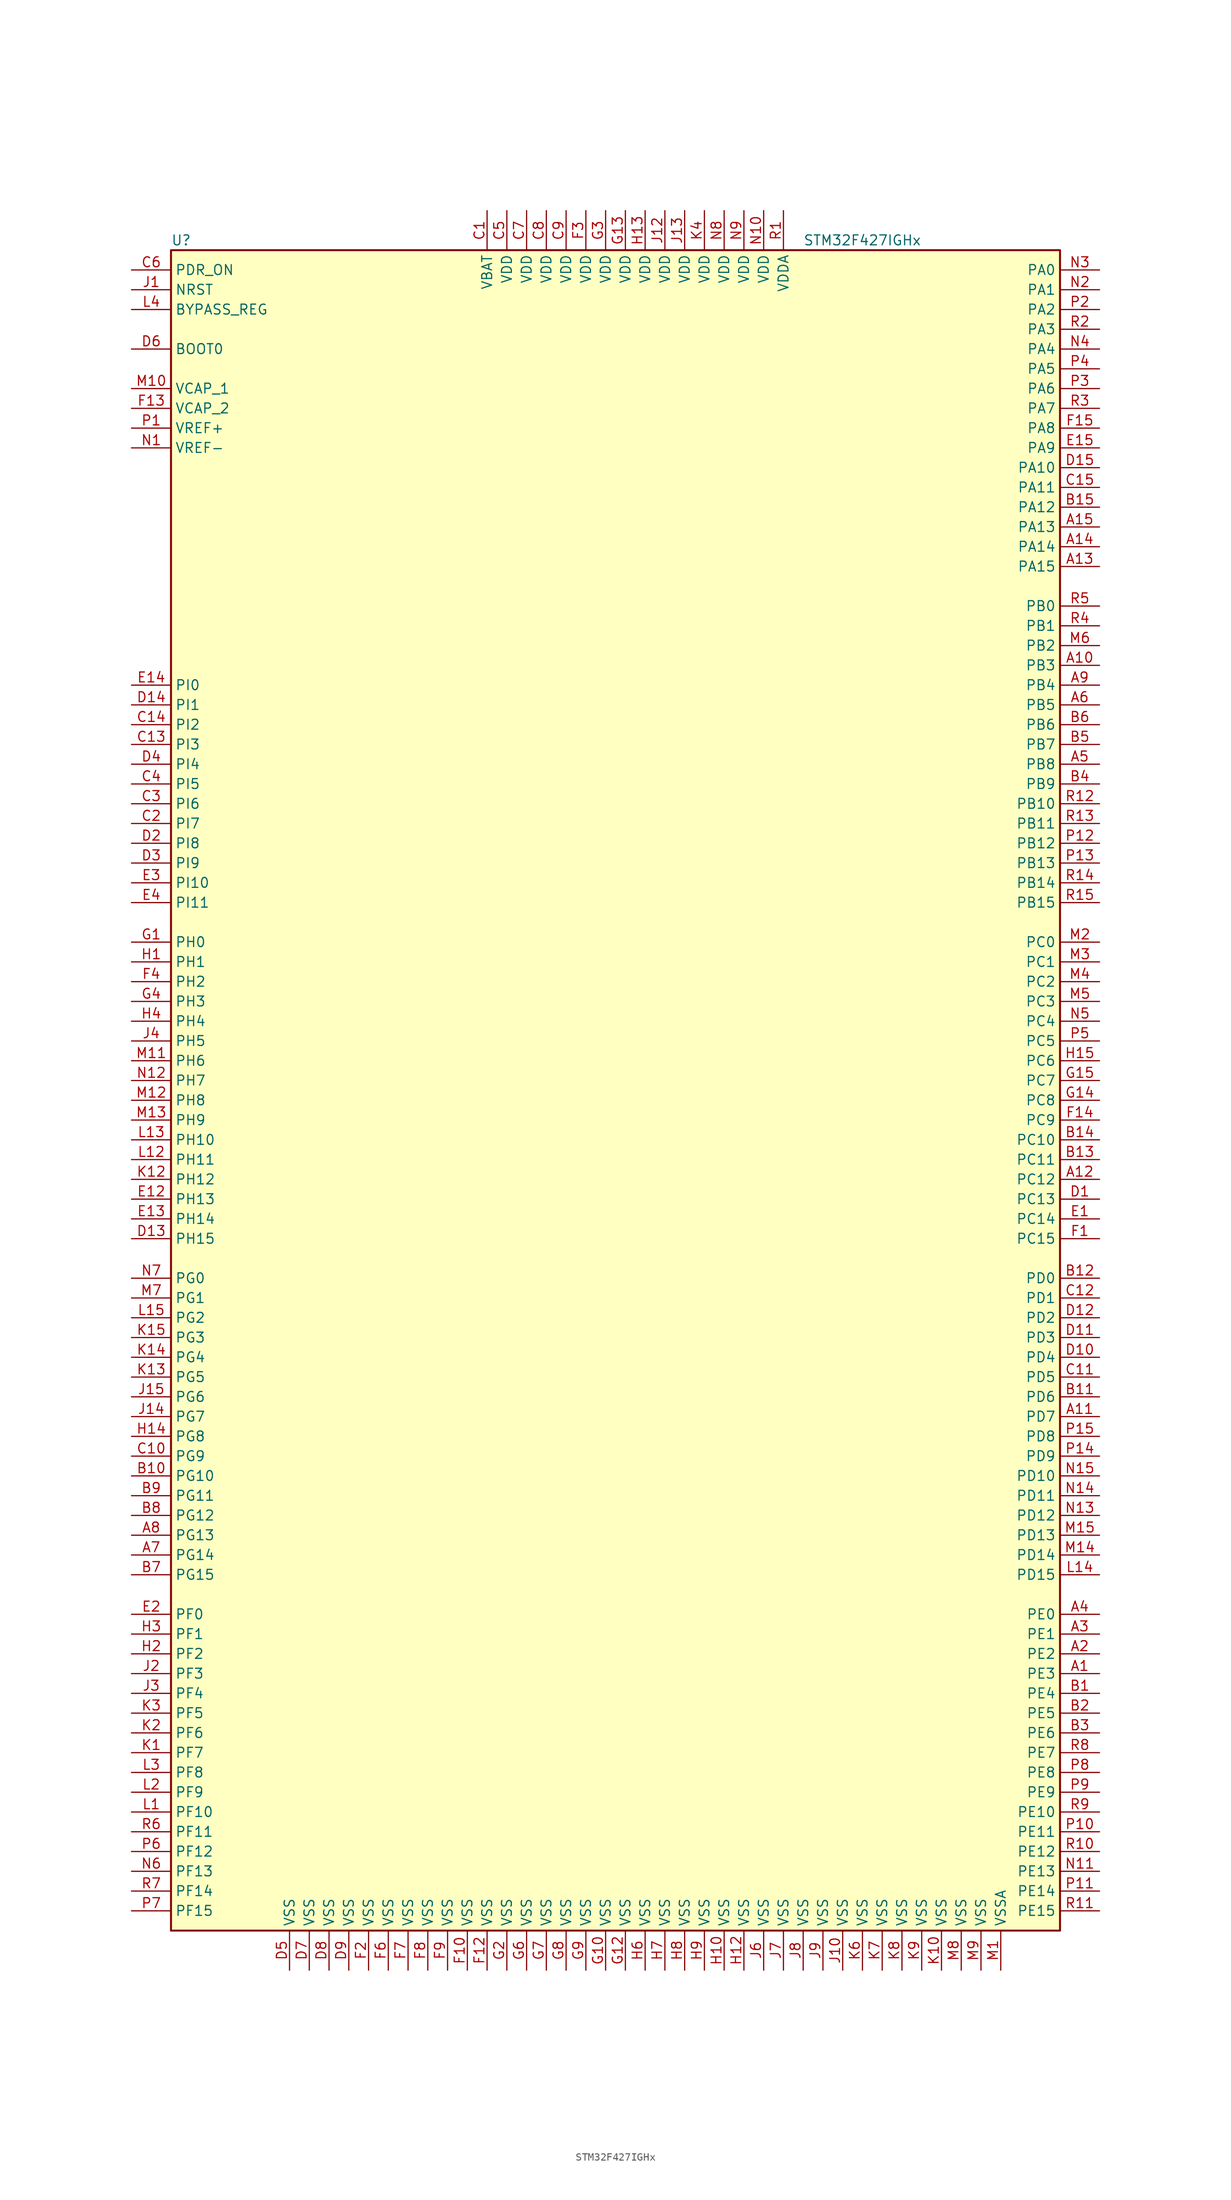
<source format=kicad_sym>
(kicad_symbol_lib
  (version 20220914)
  (generator kicad_symbol_editor)
  (symbol "STM32F427IGHx"
    (property "Reference" "U"
      (at -58.42 107.95 0)
      (effects (font (size 1.27 1.27)) (justify left)))
    (property "Value" "STM32F427IGHx"
      (at 22.86 107.95 0)
      (effects (font (size 1.27 1.27)) (justify left)))
    (symbol "STM32F427IGHx_0_1"
      (rectangle (start -58.42 -109.22) (end 55.88 106.68) (stroke (width 0.254) (type default)) (fill (type background))))
    (symbol "STM32F427IGHx_1_1"
      (pin bidirectional line (at 60.96 -76.2 180) (length 5.08) (name "PE3" (effects (font (size 1.27 1.27)))) (number "A1" (effects (font (size 1.27 1.27)))))
      (pin bidirectional line (at 60.96 53.34 180) (length 5.08) (name "PB3" (effects (font (size 1.27 1.27)))) (number "A10" (effects (font (size 1.27 1.27)))))
      (pin bidirectional line (at 60.96 -43.18 180) (length 5.08) (name "PD7" (effects (font (size 1.27 1.27)))) (number "A11" (effects (font (size 1.27 1.27)))))
      (pin bidirectional line (at 60.96 -12.7 180) (length 5.08) (name "PC12" (effects (font (size 1.27 1.27)))) (number "A12" (effects (font (size 1.27 1.27)))))
      (pin bidirectional line (at 60.96 66.04 180) (length 5.08) (name "PA15" (effects (font (size 1.27 1.27)))) (number "A13" (effects (font (size 1.27 1.27)))))
      (pin bidirectional line (at 60.96 68.58 180) (length 5.08) (name "PA14" (effects (font (size 1.27 1.27)))) (number "A14" (effects (font (size 1.27 1.27)))))
      (pin bidirectional line (at 60.96 71.12 180) (length 5.08) (name "PA13" (effects (font (size 1.27 1.27)))) (number "A15" (effects (font (size 1.27 1.27)))))
      (pin bidirectional line (at 60.96 -73.66 180) (length 5.08) (name "PE2" (effects (font (size 1.27 1.27)))) (number "A2" (effects (font (size 1.27 1.27)))))
      (pin bidirectional line (at 60.96 -71.12 180) (length 5.08) (name "PE1" (effects (font (size 1.27 1.27)))) (number "A3" (effects (font (size 1.27 1.27)))))
      (pin bidirectional line (at 60.96 -68.58 180) (length 5.08) (name "PE0" (effects (font (size 1.27 1.27)))) (number "A4" (effects (font (size 1.27 1.27)))))
      (pin bidirectional line (at 60.96 40.64 180) (length 5.08) (name "PB8" (effects (font (size 1.27 1.27)))) (number "A5" (effects (font (size 1.27 1.27)))))
      (pin bidirectional line (at 60.96 48.26 180) (length 5.08) (name "PB5" (effects (font (size 1.27 1.27)))) (number "A6" (effects (font (size 1.27 1.27)))))
      (pin bidirectional line (at -63.5 -60.96 0) (length 5.08) (name "PG14" (effects (font (size 1.27 1.27)))) (number "A7" (effects (font (size 1.27 1.27)))))
      (pin bidirectional line (at -63.5 -58.42 0) (length 5.08) (name "PG13" (effects (font (size 1.27 1.27)))) (number "A8" (effects (font (size 1.27 1.27)))))
      (pin bidirectional line (at 60.96 50.8 180) (length 5.08) (name "PB4" (effects (font (size 1.27 1.27)))) (number "A9" (effects (font (size 1.27 1.27)))))
      (pin bidirectional line (at 60.96 -78.74 180) (length 5.08) (name "PE4" (effects (font (size 1.27 1.27)))) (number "B1" (effects (font (size 1.27 1.27)))))
      (pin bidirectional line (at -63.5 -50.8 0) (length 5.08) (name "PG10" (effects (font (size 1.27 1.27)))) (number "B10" (effects (font (size 1.27 1.27)))))
      (pin bidirectional line (at 60.96 -40.64 180) (length 5.08) (name "PD6" (effects (font (size 1.27 1.27)))) (number "B11" (effects (font (size 1.27 1.27)))))
      (pin bidirectional line (at 60.96 -25.4 180) (length 5.08) (name "PD0" (effects (font (size 1.27 1.27)))) (number "B12" (effects (font (size 1.27 1.27)))))
      (pin bidirectional line (at 60.96 -10.16 180) (length 5.08) (name "PC11" (effects (font (size 1.27 1.27)))) (number "B13" (effects (font (size 1.27 1.27)))))
      (pin bidirectional line (at 60.96 -7.62 180) (length 5.08) (name "PC10" (effects (font (size 1.27 1.27)))) (number "B14" (effects (font (size 1.27 1.27)))))
      (pin bidirectional line (at 60.96 73.66 180) (length 5.08) (name "PA12" (effects (font (size 1.27 1.27)))) (number "B15" (effects (font (size 1.27 1.27)))))
      (pin bidirectional line (at 60.96 -81.28 180) (length 5.08) (name "PE5" (effects (font (size 1.27 1.27)))) (number "B2" (effects (font (size 1.27 1.27)))))
      (pin bidirectional line (at 60.96 -83.82 180) (length 5.08) (name "PE6" (effects (font (size 1.27 1.27)))) (number "B3" (effects (font (size 1.27 1.27)))))
      (pin bidirectional line (at 60.96 38.1 180) (length 5.08) (name "PB9" (effects (font (size 1.27 1.27)))) (number "B4" (effects (font (size 1.27 1.27)))))
      (pin bidirectional line (at 60.96 43.18 180) (length 5.08) (name "PB7" (effects (font (size 1.27 1.27)))) (number "B5" (effects (font (size 1.27 1.27)))))
      (pin bidirectional line (at 60.96 45.72 180) (length 5.08) (name "PB6" (effects (font (size 1.27 1.27)))) (number "B6" (effects (font (size 1.27 1.27)))))
      (pin bidirectional line (at -63.5 -63.5 0) (length 5.08) (name "PG15" (effects (font (size 1.27 1.27)))) (number "B7" (effects (font (size 1.27 1.27)))))
      (pin bidirectional line (at -63.5 -55.88 0) (length 5.08) (name "PG12" (effects (font (size 1.27 1.27)))) (number "B8" (effects (font (size 1.27 1.27)))))
      (pin bidirectional line (at -63.5 -53.34 0) (length 5.08) (name "PG11" (effects (font (size 1.27 1.27)))) (number "B9" (effects (font (size 1.27 1.27)))))
      (pin power_in line (at -17.78 111.76 270) (length 5.08) (name "VBAT" (effects (font (size 1.27 1.27)))) (number "C1" (effects (font (size 1.27 1.27)))))
      (pin bidirectional line (at -63.5 -48.26 0) (length 5.08) (name "PG9" (effects (font (size 1.27 1.27)))) (number "C10" (effects (font (size 1.27 1.27)))))
      (pin bidirectional line (at 60.96 -38.1 180) (length 5.08) (name "PD5" (effects (font (size 1.27 1.27)))) (number "C11" (effects (font (size 1.27 1.27)))))
      (pin bidirectional line (at 60.96 -27.94 180) (length 5.08) (name "PD1" (effects (font (size 1.27 1.27)))) (number "C12" (effects (font (size 1.27 1.27)))))
      (pin bidirectional line (at -63.5 43.18 0) (length 5.08) (name "PI3" (effects (font (size 1.27 1.27)))) (number "C13" (effects (font (size 1.27 1.27)))))
      (pin bidirectional line (at -63.5 45.72 0) (length 5.08) (name "PI2" (effects (font (size 1.27 1.27)))) (number "C14" (effects (font (size 1.27 1.27)))))
      (pin bidirectional line (at 60.96 76.2 180) (length 5.08) (name "PA11" (effects (font (size 1.27 1.27)))) (number "C15" (effects (font (size 1.27 1.27)))))
      (pin bidirectional line (at -63.5 33.02 0) (length 5.08) (name "PI7" (effects (font (size 1.27 1.27)))) (number "C2" (effects (font (size 1.27 1.27)))))
      (pin bidirectional line (at -63.5 35.56 0) (length 5.08) (name "PI6" (effects (font (size 1.27 1.27)))) (number "C3" (effects (font (size 1.27 1.27)))))
      (pin bidirectional line (at -63.5 38.1 0) (length 5.08) (name "PI5" (effects (font (size 1.27 1.27)))) (number "C4" (effects (font (size 1.27 1.27)))))
      (pin power_in line (at -15.24 111.76 270) (length 5.08) (name "VDD" (effects (font (size 1.27 1.27)))) (number "C5" (effects (font (size 1.27 1.27)))))
      (pin input line (at -63.5 104.14 0) (length 5.08) (name "PDR_ON" (effects (font (size 1.27 1.27)))) (number "C6" (effects (font (size 1.27 1.27)))))
      (pin power_in line (at -12.7 111.76 270) (length 5.08) (name "VDD" (effects (font (size 1.27 1.27)))) (number "C7" (effects (font (size 1.27 1.27)))))
      (pin power_in line (at -10.16 111.76 270) (length 5.08) (name "VDD" (effects (font (size 1.27 1.27)))) (number "C8" (effects (font (size 1.27 1.27)))))
      (pin power_in line (at -7.62 111.76 270) (length 5.08) (name "VDD" (effects (font (size 1.27 1.27)))) (number "C9" (effects (font (size 1.27 1.27)))))
      (pin bidirectional line (at 60.96 -15.24 180) (length 5.08) (name "PC13" (effects (font (size 1.27 1.27)))) (number "D1" (effects (font (size 1.27 1.27)))))
      (pin bidirectional line (at 60.96 -35.56 180) (length 5.08) (name "PD4" (effects (font (size 1.27 1.27)))) (number "D10" (effects (font (size 1.27 1.27)))))
      (pin bidirectional line (at 60.96 -33.02 180) (length 5.08) (name "PD3" (effects (font (size 1.27 1.27)))) (number "D11" (effects (font (size 1.27 1.27)))))
      (pin bidirectional line (at 60.96 -30.48 180) (length 5.08) (name "PD2" (effects (font (size 1.27 1.27)))) (number "D12" (effects (font (size 1.27 1.27)))))
      (pin bidirectional line (at -63.5 -20.32 0) (length 5.08) (name "PH15" (effects (font (size 1.27 1.27)))) (number "D13" (effects (font (size 1.27 1.27)))))
      (pin bidirectional line (at -63.5 48.26 0) (length 5.08) (name "PI1" (effects (font (size 1.27 1.27)))) (number "D14" (effects (font (size 1.27 1.27)))))
      (pin bidirectional line (at 60.96 78.74 180) (length 5.08) (name "PA10" (effects (font (size 1.27 1.27)))) (number "D15" (effects (font (size 1.27 1.27)))))
      (pin bidirectional line (at -63.5 30.48 0) (length 5.08) (name "PI8" (effects (font (size 1.27 1.27)))) (number "D2" (effects (font (size 1.27 1.27)))))
      (pin bidirectional line (at -63.5 27.94 0) (length 5.08) (name "PI9" (effects (font (size 1.27 1.27)))) (number "D3" (effects (font (size 1.27 1.27)))))
      (pin bidirectional line (at -63.5 40.64 0) (length 5.08) (name "PI4" (effects (font (size 1.27 1.27)))) (number "D4" (effects (font (size 1.27 1.27)))))
      (pin power_in line (at -43.18 -114.3 90) (length 5.08) (name "VSS" (effects (font (size 1.27 1.27)))) (number "D5" (effects (font (size 1.27 1.27)))))
      (pin input line (at -63.5 93.98 0) (length 5.08) (name "BOOT0" (effects (font (size 1.27 1.27)))) (number "D6" (effects (font (size 1.27 1.27)))))
      (pin power_in line (at -40.64 -114.3 90) (length 5.08) (name "VSS" (effects (font (size 1.27 1.27)))) (number "D7" (effects (font (size 1.27 1.27)))))
      (pin power_in line (at -38.1 -114.3 90) (length 5.08) (name "VSS" (effects (font (size 1.27 1.27)))) (number "D8" (effects (font (size 1.27 1.27)))))
      (pin power_in line (at -35.56 -114.3 90) (length 5.08) (name "VSS" (effects (font (size 1.27 1.27)))) (number "D9" (effects (font (size 1.27 1.27)))))
      (pin bidirectional line (at 60.96 -17.78 180) (length 5.08) (name "PC14" (effects (font (size 1.27 1.27)))) (number "E1" (effects (font (size 1.27 1.27)))))
      (pin bidirectional line (at -63.5 -15.24 0) (length 5.08) (name "PH13" (effects (font (size 1.27 1.27)))) (number "E12" (effects (font (size 1.27 1.27)))))
      (pin bidirectional line (at -63.5 -17.78 0) (length 5.08) (name "PH14" (effects (font (size 1.27 1.27)))) (number "E13" (effects (font (size 1.27 1.27)))))
      (pin bidirectional line (at -63.5 50.8 0) (length 5.08) (name "PI0" (effects (font (size 1.27 1.27)))) (number "E14" (effects (font (size 1.27 1.27)))))
      (pin bidirectional line (at 60.96 81.28 180) (length 5.08) (name "PA9" (effects (font (size 1.27 1.27)))) (number "E15" (effects (font (size 1.27 1.27)))))
      (pin bidirectional line (at -63.5 -68.58 0) (length 5.08) (name "PF0" (effects (font (size 1.27 1.27)))) (number "E2" (effects (font (size 1.27 1.27)))))
      (pin bidirectional line (at -63.5 25.4 0) (length 5.08) (name "PI10" (effects (font (size 1.27 1.27)))) (number "E3" (effects (font (size 1.27 1.27)))))
      (pin bidirectional line (at -63.5 22.86 0) (length 5.08) (name "PI11" (effects (font (size 1.27 1.27)))) (number "E4" (effects (font (size 1.27 1.27)))))
      (pin bidirectional line (at 60.96 -20.32 180) (length 5.08) (name "PC15" (effects (font (size 1.27 1.27)))) (number "F1" (effects (font (size 1.27 1.27)))))
      (pin power_in line (at -20.32 -114.3 90) (length 5.08) (name "VSS" (effects (font (size 1.27 1.27)))) (number "F10" (effects (font (size 1.27 1.27)))))
      (pin power_in line (at -17.78 -114.3 90) (length 5.08) (name "VSS" (effects (font (size 1.27 1.27)))) (number "F12" (effects (font (size 1.27 1.27)))))
      (pin power_in line (at -63.5 86.36 0) (length 5.08) (name "VCAP_2" (effects (font (size 1.27 1.27)))) (number "F13" (effects (font (size 1.27 1.27)))))
      (pin bidirectional line (at 60.96 -5.08 180) (length 5.08) (name "PC9" (effects (font (size 1.27 1.27)))) (number "F14" (effects (font (size 1.27 1.27)))))
      (pin bidirectional line (at 60.96 83.82 180) (length 5.08) (name "PA8" (effects (font (size 1.27 1.27)))) (number "F15" (effects (font (size 1.27 1.27)))))
      (pin power_in line (at -33.02 -114.3 90) (length 5.08) (name "VSS" (effects (font (size 1.27 1.27)))) (number "F2" (effects (font (size 1.27 1.27)))))
      (pin power_in line (at -5.08 111.76 270) (length 5.08) (name "VDD" (effects (font (size 1.27 1.27)))) (number "F3" (effects (font (size 1.27 1.27)))))
      (pin bidirectional line (at -63.5 12.7 0) (length 5.08) (name "PH2" (effects (font (size 1.27 1.27)))) (number "F4" (effects (font (size 1.27 1.27)))))
      (pin power_in line (at -30.48 -114.3 90) (length 5.08) (name "VSS" (effects (font (size 1.27 1.27)))) (number "F6" (effects (font (size 1.27 1.27)))))
      (pin power_in line (at -27.94 -114.3 90) (length 5.08) (name "VSS" (effects (font (size 1.27 1.27)))) (number "F7" (effects (font (size 1.27 1.27)))))
      (pin power_in line (at -25.4 -114.3 90) (length 5.08) (name "VSS" (effects (font (size 1.27 1.27)))) (number "F8" (effects (font (size 1.27 1.27)))))
      (pin power_in line (at -22.86 -114.3 90) (length 5.08) (name "VSS" (effects (font (size 1.27 1.27)))) (number "F9" (effects (font (size 1.27 1.27)))))
      (pin input line (at -63.5 17.78 0) (length 5.08) (name "PH0" (effects (font (size 1.27 1.27)))) (number "G1" (effects (font (size 1.27 1.27)))))
      (pin power_in line (at -2.54 -114.3 90) (length 5.08) (name "VSS" (effects (font (size 1.27 1.27)))) (number "G10" (effects (font (size 1.27 1.27)))))
      (pin power_in line (at 0 -114.3 90) (length 5.08) (name "VSS" (effects (font (size 1.27 1.27)))) (number "G12" (effects (font (size 1.27 1.27)))))
      (pin power_in line (at 0 111.76 270) (length 5.08) (name "VDD" (effects (font (size 1.27 1.27)))) (number "G13" (effects (font (size 1.27 1.27)))))
      (pin bidirectional line (at 60.96 -2.54 180) (length 5.08) (name "PC8" (effects (font (size 1.27 1.27)))) (number "G14" (effects (font (size 1.27 1.27)))))
      (pin bidirectional line (at 60.96 0 180) (length 5.08) (name "PC7" (effects (font (size 1.27 1.27)))) (number "G15" (effects (font (size 1.27 1.27)))))
      (pin power_in line (at -15.24 -114.3 90) (length 5.08) (name "VSS" (effects (font (size 1.27 1.27)))) (number "G2" (effects (font (size 1.27 1.27)))))
      (pin power_in line (at -2.54 111.76 270) (length 5.08) (name "VDD" (effects (font (size 1.27 1.27)))) (number "G3" (effects (font (size 1.27 1.27)))))
      (pin bidirectional line (at -63.5 10.16 0) (length 5.08) (name "PH3" (effects (font (size 1.27 1.27)))) (number "G4" (effects (font (size 1.27 1.27)))))
      (pin power_in line (at -12.7 -114.3 90) (length 5.08) (name "VSS" (effects (font (size 1.27 1.27)))) (number "G6" (effects (font (size 1.27 1.27)))))
      (pin power_in line (at -10.16 -114.3 90) (length 5.08) (name "VSS" (effects (font (size 1.27 1.27)))) (number "G7" (effects (font (size 1.27 1.27)))))
      (pin power_in line (at -7.62 -114.3 90) (length 5.08) (name "VSS" (effects (font (size 1.27 1.27)))) (number "G8" (effects (font (size 1.27 1.27)))))
      (pin power_in line (at -5.08 -114.3 90) (length 5.08) (name "VSS" (effects (font (size 1.27 1.27)))) (number "G9" (effects (font (size 1.27 1.27)))))
      (pin input line (at -63.5 15.24 0) (length 5.08) (name "PH1" (effects (font (size 1.27 1.27)))) (number "H1" (effects (font (size 1.27 1.27)))))
      (pin power_in line (at 12.7 -114.3 90) (length 5.08) (name "VSS" (effects (font (size 1.27 1.27)))) (number "H10" (effects (font (size 1.27 1.27)))))
      (pin power_in line (at 15.24 -114.3 90) (length 5.08) (name "VSS" (effects (font (size 1.27 1.27)))) (number "H12" (effects (font (size 1.27 1.27)))))
      (pin power_in line (at 2.54 111.76 270) (length 5.08) (name "VDD" (effects (font (size 1.27 1.27)))) (number "H13" (effects (font (size 1.27 1.27)))))
      (pin bidirectional line (at -63.5 -45.72 0) (length 5.08) (name "PG8" (effects (font (size 1.27 1.27)))) (number "H14" (effects (font (size 1.27 1.27)))))
      (pin bidirectional line (at 60.96 2.54 180) (length 5.08) (name "PC6" (effects (font (size 1.27 1.27)))) (number "H15" (effects (font (size 1.27 1.27)))))
      (pin bidirectional line (at -63.5 -73.66 0) (length 5.08) (name "PF2" (effects (font (size 1.27 1.27)))) (number "H2" (effects (font (size 1.27 1.27)))))
      (pin bidirectional line (at -63.5 -71.12 0) (length 5.08) (name "PF1" (effects (font (size 1.27 1.27)))) (number "H3" (effects (font (size 1.27 1.27)))))
      (pin bidirectional line (at -63.5 7.62 0) (length 5.08) (name "PH4" (effects (font (size 1.27 1.27)))) (number "H4" (effects (font (size 1.27 1.27)))))
      (pin power_in line (at 2.54 -114.3 90) (length 5.08) (name "VSS" (effects (font (size 1.27 1.27)))) (number "H6" (effects (font (size 1.27 1.27)))))
      (pin power_in line (at 5.08 -114.3 90) (length 5.08) (name "VSS" (effects (font (size 1.27 1.27)))) (number "H7" (effects (font (size 1.27 1.27)))))
      (pin power_in line (at 7.62 -114.3 90) (length 5.08) (name "VSS" (effects (font (size 1.27 1.27)))) (number "H8" (effects (font (size 1.27 1.27)))))
      (pin power_in line (at 10.16 -114.3 90) (length 5.08) (name "VSS" (effects (font (size 1.27 1.27)))) (number "H9" (effects (font (size 1.27 1.27)))))
      (pin input line (at -63.5 101.6 0) (length 5.08) (name "NRST" (effects (font (size 1.27 1.27)))) (number "J1" (effects (font (size 1.27 1.27)))))
      (pin power_in line (at 27.94 -114.3 90) (length 5.08) (name "VSS" (effects (font (size 1.27 1.27)))) (number "J10" (effects (font (size 1.27 1.27)))))
      (pin power_in line (at 5.08 111.76 270) (length 5.08) (name "VDD" (effects (font (size 1.27 1.27)))) (number "J12" (effects (font (size 1.27 1.27)))))
      (pin power_in line (at 7.62 111.76 270) (length 5.08) (name "VDD" (effects (font (size 1.27 1.27)))) (number "J13" (effects (font (size 1.27 1.27)))))
      (pin bidirectional line (at -63.5 -43.18 0) (length 5.08) (name "PG7" (effects (font (size 1.27 1.27)))) (number "J14" (effects (font (size 1.27 1.27)))))
      (pin bidirectional line (at -63.5 -40.64 0) (length 5.08) (name "PG6" (effects (font (size 1.27 1.27)))) (number "J15" (effects (font (size 1.27 1.27)))))
      (pin bidirectional line (at -63.5 -76.2 0) (length 5.08) (name "PF3" (effects (font (size 1.27 1.27)))) (number "J2" (effects (font (size 1.27 1.27)))))
      (pin bidirectional line (at -63.5 -78.74 0) (length 5.08) (name "PF4" (effects (font (size 1.27 1.27)))) (number "J3" (effects (font (size 1.27 1.27)))))
      (pin bidirectional line (at -63.5 5.08 0) (length 5.08) (name "PH5" (effects (font (size 1.27 1.27)))) (number "J4" (effects (font (size 1.27 1.27)))))
      (pin power_in line (at 17.78 -114.3 90) (length 5.08) (name "VSS" (effects (font (size 1.27 1.27)))) (number "J6" (effects (font (size 1.27 1.27)))))
      (pin power_in line (at 20.32 -114.3 90) (length 5.08) (name "VSS" (effects (font (size 1.27 1.27)))) (number "J7" (effects (font (size 1.27 1.27)))))
      (pin power_in line (at 22.86 -114.3 90) (length 5.08) (name "VSS" (effects (font (size 1.27 1.27)))) (number "J8" (effects (font (size 1.27 1.27)))))
      (pin power_in line (at 25.4 -114.3 90) (length 5.08) (name "VSS" (effects (font (size 1.27 1.27)))) (number "J9" (effects (font (size 1.27 1.27)))))
      (pin bidirectional line (at -63.5 -86.36 0) (length 5.08) (name "PF7" (effects (font (size 1.27 1.27)))) (number "K1" (effects (font (size 1.27 1.27)))))
      (pin power_in line (at 40.64 -114.3 90) (length 5.08) (name "VSS" (effects (font (size 1.27 1.27)))) (number "K10" (effects (font (size 1.27 1.27)))))
      (pin bidirectional line (at -63.5 -12.7 0) (length 5.08) (name "PH12" (effects (font (size 1.27 1.27)))) (number "K12" (effects (font (size 1.27 1.27)))))
      (pin bidirectional line (at -63.5 -38.1 0) (length 5.08) (name "PG5" (effects (font (size 1.27 1.27)))) (number "K13" (effects (font (size 1.27 1.27)))))
      (pin bidirectional line (at -63.5 -35.56 0) (length 5.08) (name "PG4" (effects (font (size 1.27 1.27)))) (number "K14" (effects (font (size 1.27 1.27)))))
      (pin bidirectional line (at -63.5 -33.02 0) (length 5.08) (name "PG3" (effects (font (size 1.27 1.27)))) (number "K15" (effects (font (size 1.27 1.27)))))
      (pin bidirectional line (at -63.5 -83.82 0) (length 5.08) (name "PF6" (effects (font (size 1.27 1.27)))) (number "K2" (effects (font (size 1.27 1.27)))))
      (pin bidirectional line (at -63.5 -81.28 0) (length 5.08) (name "PF5" (effects (font (size 1.27 1.27)))) (number "K3" (effects (font (size 1.27 1.27)))))
      (pin power_in line (at 10.16 111.76 270) (length 5.08) (name "VDD" (effects (font (size 1.27 1.27)))) (number "K4" (effects (font (size 1.27 1.27)))))
      (pin power_in line (at 30.48 -114.3 90) (length 5.08) (name "VSS" (effects (font (size 1.27 1.27)))) (number "K6" (effects (font (size 1.27 1.27)))))
      (pin power_in line (at 33.02 -114.3 90) (length 5.08) (name "VSS" (effects (font (size 1.27 1.27)))) (number "K7" (effects (font (size 1.27 1.27)))))
      (pin power_in line (at 35.56 -114.3 90) (length 5.08) (name "VSS" (effects (font (size 1.27 1.27)))) (number "K8" (effects (font (size 1.27 1.27)))))
      (pin power_in line (at 38.1 -114.3 90) (length 5.08) (name "VSS" (effects (font (size 1.27 1.27)))) (number "K9" (effects (font (size 1.27 1.27)))))
      (pin bidirectional line (at -63.5 -93.98 0) (length 5.08) (name "PF10" (effects (font (size 1.27 1.27)))) (number "L1" (effects (font (size 1.27 1.27)))))
      (pin bidirectional line (at -63.5 -10.16 0) (length 5.08) (name "PH11" (effects (font (size 1.27 1.27)))) (number "L12" (effects (font (size 1.27 1.27)))))
      (pin bidirectional line (at -63.5 -7.62 0) (length 5.08) (name "PH10" (effects (font (size 1.27 1.27)))) (number "L13" (effects (font (size 1.27 1.27)))))
      (pin bidirectional line (at 60.96 -63.5 180) (length 5.08) (name "PD15" (effects (font (size 1.27 1.27)))) (number "L14" (effects (font (size 1.27 1.27)))))
      (pin bidirectional line (at -63.5 -30.48 0) (length 5.08) (name "PG2" (effects (font (size 1.27 1.27)))) (number "L15" (effects (font (size 1.27 1.27)))))
      (pin bidirectional line (at -63.5 -91.44 0) (length 5.08) (name "PF9" (effects (font (size 1.27 1.27)))) (number "L2" (effects (font (size 1.27 1.27)))))
      (pin bidirectional line (at -63.5 -88.9 0) (length 5.08) (name "PF8" (effects (font (size 1.27 1.27)))) (number "L3" (effects (font (size 1.27 1.27)))))
      (pin input line (at -63.5 99.06 0) (length 5.08) (name "BYPASS_REG" (effects (font (size 1.27 1.27)))) (number "L4" (effects (font (size 1.27 1.27)))))
      (pin power_in line (at 48.26 -114.3 90) (length 5.08) (name "VSSA" (effects (font (size 1.27 1.27)))) (number "M1" (effects (font (size 1.27 1.27)))))
      (pin power_in line (at -63.5 88.9 0) (length 5.08) (name "VCAP_1" (effects (font (size 1.27 1.27)))) (number "M10" (effects (font (size 1.27 1.27)))))
      (pin bidirectional line (at -63.5 2.54 0) (length 5.08) (name "PH6" (effects (font (size 1.27 1.27)))) (number "M11" (effects (font (size 1.27 1.27)))))
      (pin bidirectional line (at -63.5 -2.54 0) (length 5.08) (name "PH8" (effects (font (size 1.27 1.27)))) (number "M12" (effects (font (size 1.27 1.27)))))
      (pin bidirectional line (at -63.5 -5.08 0) (length 5.08) (name "PH9" (effects (font (size 1.27 1.27)))) (number "M13" (effects (font (size 1.27 1.27)))))
      (pin bidirectional line (at 60.96 -60.96 180) (length 5.08) (name "PD14" (effects (font (size 1.27 1.27)))) (number "M14" (effects (font (size 1.27 1.27)))))
      (pin bidirectional line (at 60.96 -58.42 180) (length 5.08) (name "PD13" (effects (font (size 1.27 1.27)))) (number "M15" (effects (font (size 1.27 1.27)))))
      (pin bidirectional line (at 60.96 17.78 180) (length 5.08) (name "PC0" (effects (font (size 1.27 1.27)))) (number "M2" (effects (font (size 1.27 1.27)))))
      (pin bidirectional line (at 60.96 15.24 180) (length 5.08) (name "PC1" (effects (font (size 1.27 1.27)))) (number "M3" (effects (font (size 1.27 1.27)))))
      (pin bidirectional line (at 60.96 12.7 180) (length 5.08) (name "PC2" (effects (font (size 1.27 1.27)))) (number "M4" (effects (font (size 1.27 1.27)))))
      (pin bidirectional line (at 60.96 10.16 180) (length 5.08) (name "PC3" (effects (font (size 1.27 1.27)))) (number "M5" (effects (font (size 1.27 1.27)))))
      (pin bidirectional line (at 60.96 55.88 180) (length 5.08) (name "PB2" (effects (font (size 1.27 1.27)))) (number "M6" (effects (font (size 1.27 1.27)))))
      (pin bidirectional line (at -63.5 -27.94 0) (length 5.08) (name "PG1" (effects (font (size 1.27 1.27)))) (number "M7" (effects (font (size 1.27 1.27)))))
      (pin power_in line (at 43.18 -114.3 90) (length 5.08) (name "VSS" (effects (font (size 1.27 1.27)))) (number "M8" (effects (font (size 1.27 1.27)))))
      (pin power_in line (at 45.72 -114.3 90) (length 5.08) (name "VSS" (effects (font (size 1.27 1.27)))) (number "M9" (effects (font (size 1.27 1.27)))))
      (pin power_in line (at -63.5 81.28 0) (length 5.08) (name "VREF-" (effects (font (size 1.27 1.27)))) (number "N1" (effects (font (size 1.27 1.27)))))
      (pin power_in line (at 17.78 111.76 270) (length 5.08) (name "VDD" (effects (font (size 1.27 1.27)))) (number "N10" (effects (font (size 1.27 1.27)))))
      (pin bidirectional line (at 60.96 -101.6 180) (length 5.08) (name "PE13" (effects (font (size 1.27 1.27)))) (number "N11" (effects (font (size 1.27 1.27)))))
      (pin bidirectional line (at -63.5 0 0) (length 5.08) (name "PH7" (effects (font (size 1.27 1.27)))) (number "N12" (effects (font (size 1.27 1.27)))))
      (pin bidirectional line (at 60.96 -55.88 180) (length 5.08) (name "PD12" (effects (font (size 1.27 1.27)))) (number "N13" (effects (font (size 1.27 1.27)))))
      (pin bidirectional line (at 60.96 -53.34 180) (length 5.08) (name "PD11" (effects (font (size 1.27 1.27)))) (number "N14" (effects (font (size 1.27 1.27)))))
      (pin bidirectional line (at 60.96 -50.8 180) (length 5.08) (name "PD10" (effects (font (size 1.27 1.27)))) (number "N15" (effects (font (size 1.27 1.27)))))
      (pin bidirectional line (at 60.96 101.6 180) (length 5.08) (name "PA1" (effects (font (size 1.27 1.27)))) (number "N2" (effects (font (size 1.27 1.27)))))
      (pin bidirectional line (at 60.96 104.14 180) (length 5.08) (name "PA0" (effects (font (size 1.27 1.27)))) (number "N3" (effects (font (size 1.27 1.27)))))
      (pin bidirectional line (at 60.96 93.98 180) (length 5.08) (name "PA4" (effects (font (size 1.27 1.27)))) (number "N4" (effects (font (size 1.27 1.27)))))
      (pin bidirectional line (at 60.96 7.62 180) (length 5.08) (name "PC4" (effects (font (size 1.27 1.27)))) (number "N5" (effects (font (size 1.27 1.27)))))
      (pin bidirectional line (at -63.5 -101.6 0) (length 5.08) (name "PF13" (effects (font (size 1.27 1.27)))) (number "N6" (effects (font (size 1.27 1.27)))))
      (pin bidirectional line (at -63.5 -25.4 0) (length 5.08) (name "PG0" (effects (font (size 1.27 1.27)))) (number "N7" (effects (font (size 1.27 1.27)))))
      (pin power_in line (at 12.7 111.76 270) (length 5.08) (name "VDD" (effects (font (size 1.27 1.27)))) (number "N8" (effects (font (size 1.27 1.27)))))
      (pin power_in line (at 15.24 111.76 270) (length 5.08) (name "VDD" (effects (font (size 1.27 1.27)))) (number "N9" (effects (font (size 1.27 1.27)))))
      (pin power_in line (at -63.5 83.82 0) (length 5.08) (name "VREF+" (effects (font (size 1.27 1.27)))) (number "P1" (effects (font (size 1.27 1.27)))))
      (pin bidirectional line (at 60.96 -96.52 180) (length 5.08) (name "PE11" (effects (font (size 1.27 1.27)))) (number "P10" (effects (font (size 1.27 1.27)))))
      (pin bidirectional line (at 60.96 -104.14 180) (length 5.08) (name "PE14" (effects (font (size 1.27 1.27)))) (number "P11" (effects (font (size 1.27 1.27)))))
      (pin bidirectional line (at 60.96 30.48 180) (length 5.08) (name "PB12" (effects (font (size 1.27 1.27)))) (number "P12" (effects (font (size 1.27 1.27)))))
      (pin bidirectional line (at 60.96 27.94 180) (length 5.08) (name "PB13" (effects (font (size 1.27 1.27)))) (number "P13" (effects (font (size 1.27 1.27)))))
      (pin bidirectional line (at 60.96 -48.26 180) (length 5.08) (name "PD9" (effects (font (size 1.27 1.27)))) (number "P14" (effects (font (size 1.27 1.27)))))
      (pin bidirectional line (at 60.96 -45.72 180) (length 5.08) (name "PD8" (effects (font (size 1.27 1.27)))) (number "P15" (effects (font (size 1.27 1.27)))))
      (pin bidirectional line (at 60.96 99.06 180) (length 5.08) (name "PA2" (effects (font (size 1.27 1.27)))) (number "P2" (effects (font (size 1.27 1.27)))))
      (pin bidirectional line (at 60.96 88.9 180) (length 5.08) (name "PA6" (effects (font (size 1.27 1.27)))) (number "P3" (effects (font (size 1.27 1.27)))))
      (pin bidirectional line (at 60.96 91.44 180) (length 5.08) (name "PA5" (effects (font (size 1.27 1.27)))) (number "P4" (effects (font (size 1.27 1.27)))))
      (pin bidirectional line (at 60.96 5.08 180) (length 5.08) (name "PC5" (effects (font (size 1.27 1.27)))) (number "P5" (effects (font (size 1.27 1.27)))))
      (pin bidirectional line (at -63.5 -99.06 0) (length 5.08) (name "PF12" (effects (font (size 1.27 1.27)))) (number "P6" (effects (font (size 1.27 1.27)))))
      (pin bidirectional line (at -63.5 -106.68 0) (length 5.08) (name "PF15" (effects (font (size 1.27 1.27)))) (number "P7" (effects (font (size 1.27 1.27)))))
      (pin bidirectional line (at 60.96 -88.9 180) (length 5.08) (name "PE8" (effects (font (size 1.27 1.27)))) (number "P8" (effects (font (size 1.27 1.27)))))
      (pin bidirectional line (at 60.96 -91.44 180) (length 5.08) (name "PE9" (effects (font (size 1.27 1.27)))) (number "P9" (effects (font (size 1.27 1.27)))))
      (pin power_in line (at 20.32 111.76 270) (length 5.08) (name "VDDA" (effects (font (size 1.27 1.27)))) (number "R1" (effects (font (size 1.27 1.27)))))
      (pin bidirectional line (at 60.96 -99.06 180) (length 5.08) (name "PE12" (effects (font (size 1.27 1.27)))) (number "R10" (effects (font (size 1.27 1.27)))))
      (pin bidirectional line (at 60.96 -106.68 180) (length 5.08) (name "PE15" (effects (font (size 1.27 1.27)))) (number "R11" (effects (font (size 1.27 1.27)))))
      (pin bidirectional line (at 60.96 35.56 180) (length 5.08) (name "PB10" (effects (font (size 1.27 1.27)))) (number "R12" (effects (font (size 1.27 1.27)))))
      (pin bidirectional line (at 60.96 33.02 180) (length 5.08) (name "PB11" (effects (font (size 1.27 1.27)))) (number "R13" (effects (font (size 1.27 1.27)))))
      (pin bidirectional line (at 60.96 25.4 180) (length 5.08) (name "PB14" (effects (font (size 1.27 1.27)))) (number "R14" (effects (font (size 1.27 1.27)))))
      (pin bidirectional line (at 60.96 22.86 180) (length 5.08) (name "PB15" (effects (font (size 1.27 1.27)))) (number "R15" (effects (font (size 1.27 1.27)))))
      (pin bidirectional line (at 60.96 96.52 180) (length 5.08) (name "PA3" (effects (font (size 1.27 1.27)))) (number "R2" (effects (font (size 1.27 1.27)))))
      (pin bidirectional line (at 60.96 86.36 180) (length 5.08) (name "PA7" (effects (font (size 1.27 1.27)))) (number "R3" (effects (font (size 1.27 1.27)))))
      (pin bidirectional line (at 60.96 58.42 180) (length 5.08) (name "PB1" (effects (font (size 1.27 1.27)))) (number "R4" (effects (font (size 1.27 1.27)))))
      (pin bidirectional line (at 60.96 60.96 180) (length 5.08) (name "PB0" (effects (font (size 1.27 1.27)))) (number "R5" (effects (font (size 1.27 1.27)))))
      (pin bidirectional line (at -63.5 -96.52 0) (length 5.08) (name "PF11" (effects (font (size 1.27 1.27)))) (number "R6" (effects (font (size 1.27 1.27)))))
      (pin bidirectional line (at -63.5 -104.14 0) (length 5.08) (name "PF14" (effects (font (size 1.27 1.27)))) (number "R7" (effects (font (size 1.27 1.27)))))
      (pin bidirectional line (at 60.96 -86.36 180) (length 5.08) (name "PE7" (effects (font (size 1.27 1.27)))) (number "R8" (effects (font (size 1.27 1.27)))))
      (pin bidirectional line (at 60.96 -93.98 180) (length 5.08) (name "PE10" (effects (font (size 1.27 1.27)))) (number "R9" (effects (font (size 1.27 1.27))))))))
</source>
